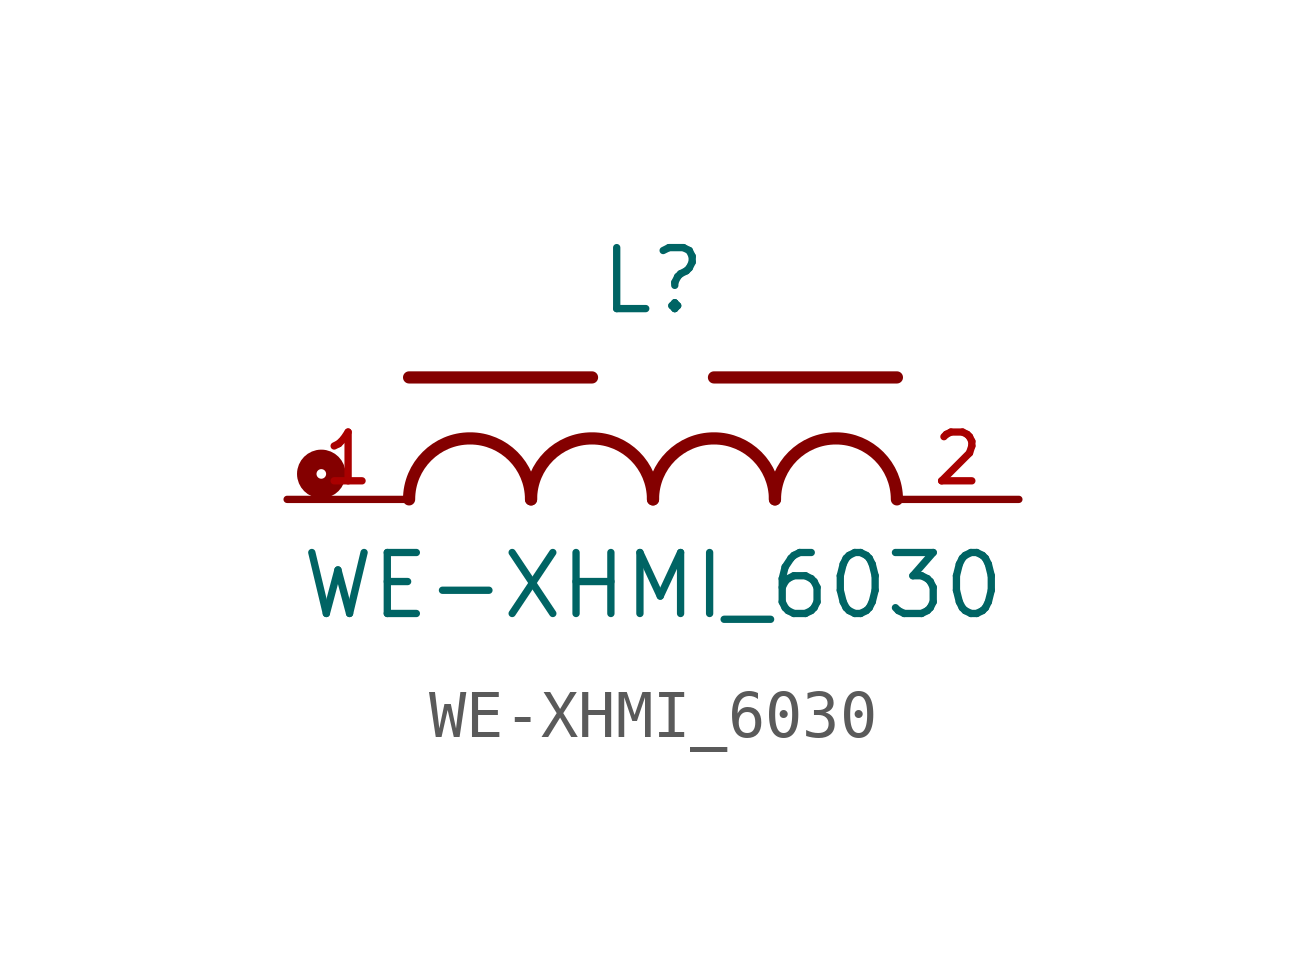
<source format=kicad_sym>
(kicad_symbol_lib
  (version 20211014)
  (generator kicad_symbol_editor)
  (symbol "WE-XHMI_6030"
    (pin_names
      (offset 1.016))
    (property "Reference" "L"
      (at 0.0 3.81 0)
      (effects (font (size 1.27 1.27)) (justify bottom)))
    (property "Value" "WE-XHMI_6030"
      (at 0.0 -2.54 0)
      (effects (font (size 1.27 1.27)) (justify bottom)))
    (symbol "WE-XHMI_6030_0_0"
      (arc (start -2.54 0.0) (mid -3.81 1.27) (end -5.08 0.0) (stroke (width 0.254) (type default) (color 0 0 0 0)) (fill (type none)))
      (arc (start 0.0 0.0) (mid -1.27 1.27) (end -2.54 0.0) (stroke (width 0.254) (type default) (color 0 0 0 0)) (fill (type none)))
      (arc (start 2.54 0.0) (mid 1.27 1.27) (end 0.0 0.0) (stroke (width 0.254) (type default) (color 0 0 0 0)) (fill (type none)))
      (arc (start 5.08 0.0) (mid 3.81 1.27) (end 2.54 0.0) (stroke (width 0.254) (type default) (color 0 0 0 0)) (fill (type none)))
      (polyline (pts (xy -5.08 2.54) (xy -1.27 2.54)) (stroke (width 0.254)))
      (polyline (pts (xy 1.27 2.54) (xy 5.08 2.54)) (stroke (width 0.254)))
      (circle (center -6.908 0.53) (radius 0.1) (stroke (width 0.406)) (fill (type none)))
      (pin passive line (at -7.62 0.0 0) (length 2.54) (name "~" (effects (font (size 1.016 1.016)))) (number "1" (effects (font (size 1.016 1.016)))))
      (pin passive line (at 7.62 0.0 180.0) (length 2.54) (name "~" (effects (font (size 1.016 1.016)))) (number "2" (effects (font (size 1.016 1.016))))))))
</source>
